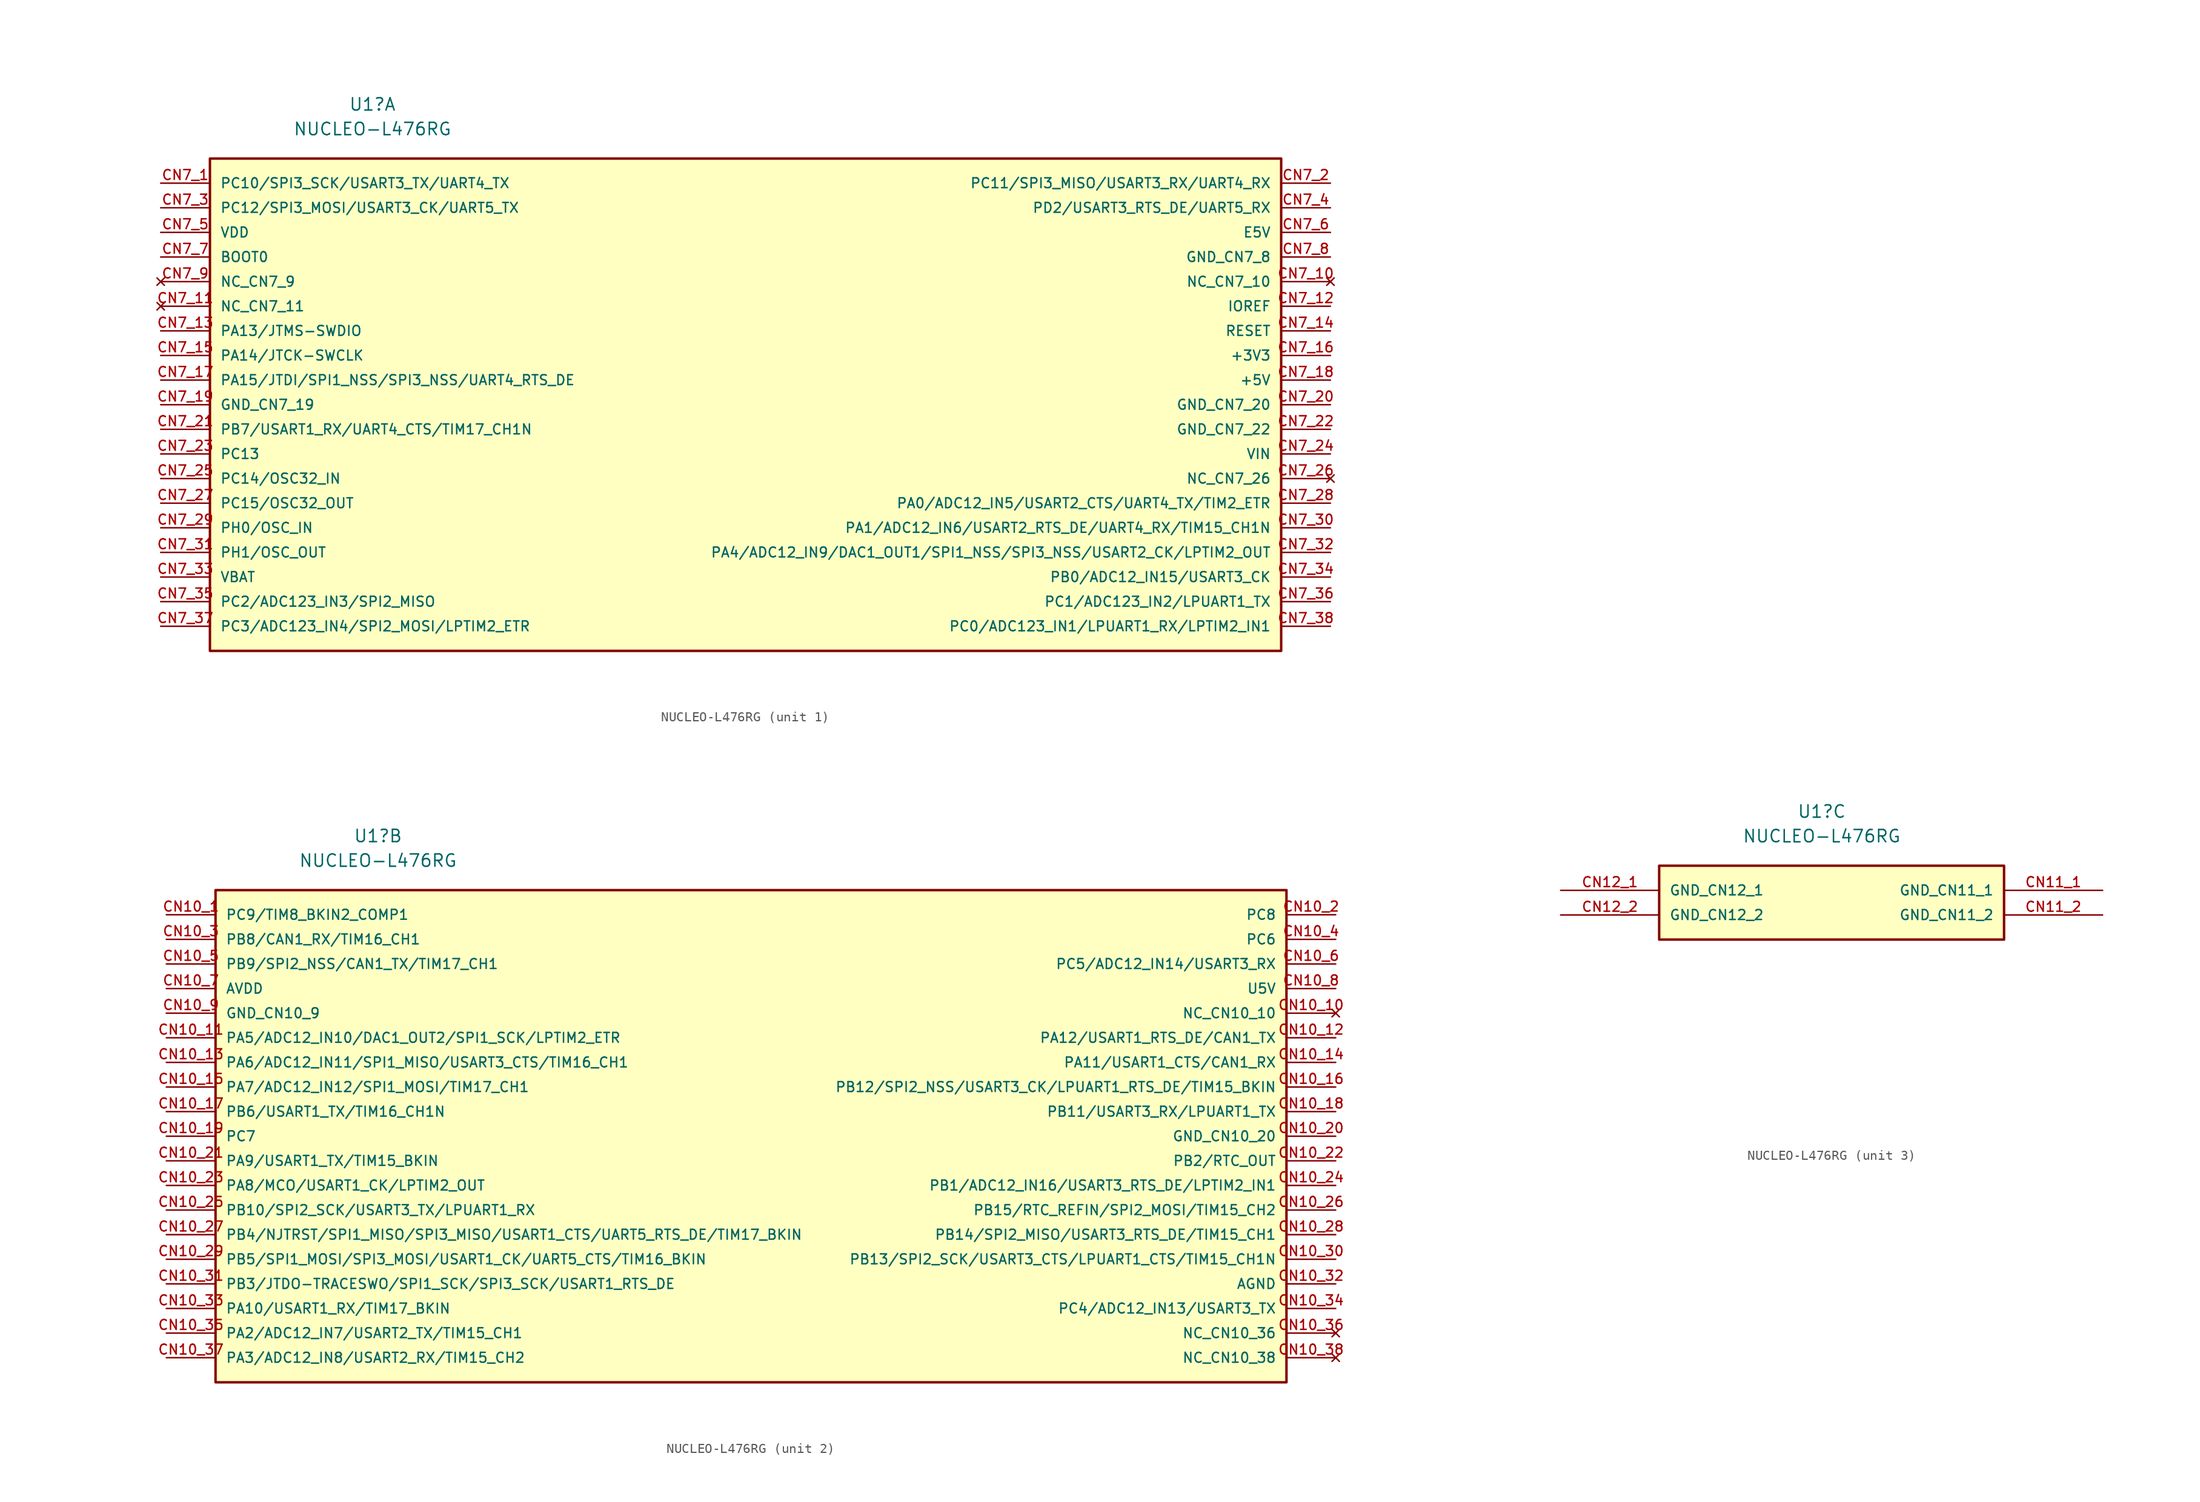
<source format=kicad_sym>
(kicad_symbol_lib
  (version 20241209)
  (generator "kicad_symbol_editor")
  (generator_version "9.0")
  (symbol "NUCLEO-L476RG"
    (pin_names
      (offset 1.016))
    (property "Reference" "U1"
      (at -1.016 30.988 0)
      (effects (font (size 1.27 1.27))))
    (property "Value" "NUCLEO-L476RG"
      (at -1.016 28.448 0)
      (effects (font (size 1.27 1.27))))
    (property "Availability" ""
      (at 0 0 0)
      (effects (font (size 1.27 1.27))))
    (property "Check_prices" ""
      (at 0 0 0)
      (effects (font (size 1.27 1.27))))
    (property "Description_1" ""
      (at 0 0 0)
      (effects (font (size 1.27 1.27))))
    (property "MF" ""
      (at 0 0 0)
      (effects (font (size 1.27 1.27))))
    (property "MP" ""
      (at 0 0 0)
      (effects (font (size 1.27 1.27))))
    (property "PARTREV" ""
      (at 0 0 0)
      (effects (font (size 1.27 1.27))))
    (property "Package" ""
      (at 0 0 0)
      (effects (font (size 1.27 1.27))))
    (property "Price" ""
      (at 0 0 0)
      (effects (font (size 1.27 1.27))))
    (property "SNAPEDA_PACKAGE_ID" ""
      (at 0 0 0)
      (effects (font (size 1.27 1.27))))
    (property "STANDARD" ""
      (at 0 0 0)
      (effects (font (size 1.27 1.27))))
    (property "SnapEDA_Link" ""
      (at 0 0 0)
      (effects (font (size 1.27 1.27))))
    (symbol "NUCLEO-L476RG_1_0"
      (rectangle (start -17.78 25.4) (end 92.71 -25.4) (stroke (width 0.254) (type default)) (fill (type background)))
      (pin bidirectional line (at -22.86 22.86 0) (length 5.08) (name "PC10/SPI3_SCK/USART3_TX/UART4_TX" (effects (font (size 1.016 1.016)))) (number "CN7_1" (effects (font (size 1.016 1.016)))))
      (pin bidirectional line (at -22.86 20.32 0) (length 5.08) (name "PC12/SPI3_MOSI/USART3_CK/UART5_TX" (effects (font (size 1.016 1.016)))) (number "CN7_3" (effects (font (size 1.016 1.016)))))
      (pin power_in line (at -22.86 17.78 0) (length 5.08) (name "VDD" (effects (font (size 1.016 1.016)))) (number "CN7_5" (effects (font (size 1.016 1.016)))))
      (pin input line (at -22.86 15.24 0) (length 5.08) (name "BOOT0" (effects (font (size 1.016 1.016)))) (number "CN7_7" (effects (font (size 1.016 1.016)))))
      (pin no_connect line (at -22.86 12.7 0) (length 5.08) (name "NC_CN7_9" (effects (font (size 1.016 1.016)))) (number "CN7_9" (effects (font (size 1.016 1.016)))))
      (pin no_connect line (at -22.86 10.16 0) (length 5.08) (name "NC_CN7_11" (effects (font (size 1.016 1.016)))) (number "CN7_11" (effects (font (size 1.016 1.016)))))
      (pin bidirectional line (at -22.86 7.62 0) (length 5.08) (name "PA13/JTMS-SWDIO" (effects (font (size 1.016 1.016)))) (number "CN7_13" (effects (font (size 1.016 1.016)))))
      (pin bidirectional line (at -22.86 5.08 0) (length 5.08) (name "PA14/JTCK-SWCLK" (effects (font (size 1.016 1.016)))) (number "CN7_15" (effects (font (size 1.016 1.016)))))
      (pin bidirectional line (at -22.86 2.54 0) (length 5.08) (name "PA15/JTDI/SPI1_NSS/SPI3_NSS/UART4_RTS_DE" (effects (font (size 1.016 1.016)))) (number "CN7_17" (effects (font (size 1.016 1.016)))))
      (pin power_in line (at -22.86 0 0) (length 5.08) (name "GND_CN7_19" (effects (font (size 1.016 1.016)))) (number "CN7_19" (effects (font (size 1.016 1.016)))))
      (pin bidirectional line (at -22.86 -2.54 0) (length 5.08) (name "PB7/USART1_RX/UART4_CTS/TIM17_CH1N" (effects (font (size 1.016 1.016)))) (number "CN7_21" (effects (font (size 1.016 1.016)))))
      (pin bidirectional line (at -22.86 -5.08 0) (length 5.08) (name "PC13" (effects (font (size 1.016 1.016)))) (number "CN7_23" (effects (font (size 1.016 1.016)))))
      (pin bidirectional line (at -22.86 -7.62 0) (length 5.08) (name "PC14/OSC32_IN" (effects (font (size 1.016 1.016)))) (number "CN7_25" (effects (font (size 1.016 1.016)))))
      (pin bidirectional line (at -22.86 -10.16 0) (length 5.08) (name "PC15/OSC32_OUT" (effects (font (size 1.016 1.016)))) (number "CN7_27" (effects (font (size 1.016 1.016)))))
      (pin bidirectional line (at -22.86 -12.7 0) (length 5.08) (name "PH0/OSC_IN" (effects (font (size 1.016 1.016)))) (number "CN7_29" (effects (font (size 1.016 1.016)))))
      (pin bidirectional line (at -22.86 -15.24 0) (length 5.08) (name "PH1/OSC_OUT" (effects (font (size 1.016 1.016)))) (number "CN7_31" (effects (font (size 1.016 1.016)))))
      (pin power_in line (at -22.86 -17.78 0) (length 5.08) (name "VBAT" (effects (font (size 1.016 1.016)))) (number "CN7_33" (effects (font (size 1.016 1.016)))))
      (pin bidirectional line (at -22.86 -20.32 0) (length 5.08) (name "PC2/ADC123_IN3/SPI2_MISO" (effects (font (size 1.016 1.016)))) (number "CN7_35" (effects (font (size 1.016 1.016)))))
      (pin bidirectional line (at -22.86 -22.86 0) (length 5.08) (name "PC3/ADC123_IN4/SPI2_MOSI/LPTIM2_ETR" (effects (font (size 1.016 1.016)))) (number "CN7_37" (effects (font (size 1.016 1.016)))))
      (pin bidirectional line (at 97.79 22.86 180) (length 5.08) (name "PC11/SPI3_MISO/USART3_RX/UART4_RX" (effects (font (size 1.016 1.016)))) (number "CN7_2" (effects (font (size 1.016 1.016)))))
      (pin bidirectional line (at 97.79 20.32 180) (length 5.08) (name "PD2/USART3_RTS_DE/UART5_RX" (effects (font (size 1.016 1.016)))) (number "CN7_4" (effects (font (size 1.016 1.016)))))
      (pin power_in line (at 97.79 17.78 180) (length 5.08) (name "E5V" (effects (font (size 1.016 1.016)))) (number "CN7_6" (effects (font (size 1.016 1.016)))))
      (pin power_in line (at 97.79 15.24 180) (length 5.08) (name "GND_CN7_8" (effects (font (size 1.016 1.016)))) (number "CN7_8" (effects (font (size 1.016 1.016)))))
      (pin no_connect line (at 97.79 12.7 180) (length 5.08) (name "NC_CN7_10" (effects (font (size 1.016 1.016)))) (number "CN7_10" (effects (font (size 1.016 1.016)))))
      (pin input line (at 97.79 10.16 180) (length 5.08) (name "IOREF" (effects (font (size 1.016 1.016)))) (number "CN7_12" (effects (font (size 1.016 1.016)))))
      (pin input line (at 97.79 7.62 180) (length 5.08) (name "RESET" (effects (font (size 1.016 1.016)))) (number "CN7_14" (effects (font (size 1.016 1.016)))))
      (pin power_in line (at 97.79 5.08 180) (length 5.08) (name "+3V3" (effects (font (size 1.016 1.016)))) (number "CN7_16" (effects (font (size 1.016 1.016)))))
      (pin power_in line (at 97.79 2.54 180) (length 5.08) (name "+5V" (effects (font (size 1.016 1.016)))) (number "CN7_18" (effects (font (size 1.016 1.016)))))
      (pin power_in line (at 97.79 0 180) (length 5.08) (name "GND_CN7_20" (effects (font (size 1.016 1.016)))) (number "CN7_20" (effects (font (size 1.016 1.016)))))
      (pin power_in line (at 97.79 -2.54 180) (length 5.08) (name "GND_CN7_22" (effects (font (size 1.016 1.016)))) (number "CN7_22" (effects (font (size 1.016 1.016)))))
      (pin power_in line (at 97.79 -5.08 180) (length 5.08) (name "VIN" (effects (font (size 1.016 1.016)))) (number "CN7_24" (effects (font (size 1.016 1.016)))))
      (pin no_connect line (at 97.79 -7.62 180) (length 5.08) (name "NC_CN7_26" (effects (font (size 1.016 1.016)))) (number "CN7_26" (effects (font (size 1.016 1.016)))))
      (pin bidirectional line (at 97.79 -10.16 180) (length 5.08) (name "PA0/ADC12_IN5/USART2_CTS/UART4_TX/TIM2_ETR" (effects (font (size 1.016 1.016)))) (number "CN7_28" (effects (font (size 1.016 1.016)))))
      (pin bidirectional line (at 97.79 -12.7 180) (length 5.08) (name "PA1/ADC12_IN6/USART2_RTS_DE/UART4_RX/TIM15_CH1N" (effects (font (size 1.016 1.016)))) (number "CN7_30" (effects (font (size 1.016 1.016)))))
      (pin bidirectional line (at 97.79 -15.24 180) (length 5.08) (name "PA4/ADC12_IN9/DAC1_OUT1/SPI1_NSS/SPI3_NSS/USART2_CK/LPTIM2_OUT" (effects (font (size 1.016 1.016)))) (number "CN7_32" (effects (font (size 1.016 1.016)))))
      (pin bidirectional line (at 97.79 -17.78 180) (length 5.08) (name "PB0/ADC12_IN15/USART3_CK" (effects (font (size 1.016 1.016)))) (number "CN7_34" (effects (font (size 1.016 1.016)))))
      (pin bidirectional line (at 97.79 -20.32 180) (length 5.08) (name "PC1/ADC123_IN2/LPUART1_TX" (effects (font (size 1.016 1.016)))) (number "CN7_36" (effects (font (size 1.016 1.016)))))
      (pin bidirectional line (at 97.79 -22.86 180) (length 5.08) (name "PC0/ADC123_IN1/LPUART1_RX/LPTIM2_IN1" (effects (font (size 1.016 1.016)))) (number "CN7_38" (effects (font (size 1.016 1.016))))))
    (symbol "NUCLEO-L476RG_2_0"
      (rectangle (start -17.78 25.4) (end 92.71 -25.4) (stroke (width 0.254) (type default)) (fill (type background)))
      (pin bidirectional line (at -22.86 22.86 0) (length 5.08) (name "PC9/TIM8_BKIN2_COMP1" (effects (font (size 1.016 1.016)))) (number "CN10_1" (effects (font (size 1.016 1.016)))))
      (pin bidirectional line (at -22.86 20.32 0) (length 5.08) (name "PB8/CAN1_RX/TIM16_CH1" (effects (font (size 1.016 1.016)))) (number "CN10_3" (effects (font (size 1.016 1.016)))))
      (pin bidirectional line (at -22.86 17.78 0) (length 5.08) (name "PB9/SPI2_NSS/CAN1_TX/TIM17_CH1" (effects (font (size 1.016 1.016)))) (number "CN10_5" (effects (font (size 1.016 1.016)))))
      (pin power_in line (at -22.86 15.24 0) (length 5.08) (name "AVDD" (effects (font (size 1.016 1.016)))) (number "CN10_7" (effects (font (size 1.016 1.016)))))
      (pin power_in line (at -22.86 12.7 0) (length 5.08) (name "GND_CN10_9" (effects (font (size 1.016 1.016)))) (number "CN10_9" (effects (font (size 1.016 1.016)))))
      (pin bidirectional line (at -22.86 10.16 0) (length 5.08) (name "PA5/ADC12_IN10/DAC1_OUT2/SPI1_SCK/LPTIM2_ETR" (effects (font (size 1.016 1.016)))) (number "CN10_11" (effects (font (size 1.016 1.016)))))
      (pin bidirectional line (at -22.86 7.62 0) (length 5.08) (name "PA6/ADC12_IN11/SPI1_MISO/USART3_CTS/TIM16_CH1" (effects (font (size 1.016 1.016)))) (number "CN10_13" (effects (font (size 1.016 1.016)))))
      (pin bidirectional line (at -22.86 5.08 0) (length 5.08) (name "PA7/ADC12_IN12/SPI1_MOSI/TIM17_CH1" (effects (font (size 1.016 1.016)))) (number "CN10_15" (effects (font (size 1.016 1.016)))))
      (pin bidirectional line (at -22.86 2.54 0) (length 5.08) (name "PB6/USART1_TX/TIM16_CH1N" (effects (font (size 1.016 1.016)))) (number "CN10_17" (effects (font (size 1.016 1.016)))))
      (pin bidirectional line (at -22.86 0 0) (length 5.08) (name "PC7" (effects (font (size 1.016 1.016)))) (number "CN10_19" (effects (font (size 1.016 1.016)))))
      (pin bidirectional line (at -22.86 -2.54 0) (length 5.08) (name "PA9/USART1_TX/TIM15_BKIN" (effects (font (size 1.016 1.016)))) (number "CN10_21" (effects (font (size 1.016 1.016)))))
      (pin bidirectional line (at -22.86 -5.08 0) (length 5.08) (name "PA8/MCO/USART1_CK/LPTIM2_OUT" (effects (font (size 1.016 1.016)))) (number "CN10_23" (effects (font (size 1.016 1.016)))))
      (pin bidirectional line (at -22.86 -7.62 0) (length 5.08) (name "PB10/SPI2_SCK/USART3_TX/LPUART1_RX" (effects (font (size 1.016 1.016)))) (number "CN10_25" (effects (font (size 1.016 1.016)))))
      (pin bidirectional line (at -22.86 -10.16 0) (length 5.08) (name "PB4/NJTRST/SPI1_MISO/SPI3_MISO/USART1_CTS/UART5_RTS_DE/TIM17_BKIN" (effects (font (size 1.016 1.016)))) (number "CN10_27" (effects (font (size 1.016 1.016)))))
      (pin bidirectional line (at -22.86 -12.7 0) (length 5.08) (name "PB5/SPI1_MOSI/SPI3_MOSI/USART1_CK/UART5_CTS/TIM16_BKIN" (effects (font (size 1.016 1.016)))) (number "CN10_29" (effects (font (size 1.016 1.016)))))
      (pin bidirectional line (at -22.86 -15.24 0) (length 5.08) (name "PB3/JTDO-TRACESWO/SPI1_SCK/SPI3_SCK/USART1_RTS_DE" (effects (font (size 1.016 1.016)))) (number "CN10_31" (effects (font (size 1.016 1.016)))))
      (pin bidirectional line (at -22.86 -17.78 0) (length 5.08) (name "PA10/USART1_RX/TIM17_BKIN" (effects (font (size 1.016 1.016)))) (number "CN10_33" (effects (font (size 1.016 1.016)))))
      (pin bidirectional line (at -22.86 -20.32 0) (length 5.08) (name "PA2/ADC12_IN7/USART2_TX/TIM15_CH1" (effects (font (size 1.016 1.016)))) (number "CN10_35" (effects (font (size 1.016 1.016)))))
      (pin bidirectional line (at -22.86 -22.86 0) (length 5.08) (name "PA3/ADC12_IN8/USART2_RX/TIM15_CH2" (effects (font (size 1.016 1.016)))) (number "CN10_37" (effects (font (size 1.016 1.016)))))
      (pin bidirectional line (at 97.79 22.86 180) (length 5.08) (name "PC8" (effects (font (size 1.016 1.016)))) (number "CN10_2" (effects (font (size 1.016 1.016)))))
      (pin bidirectional line (at 97.79 20.32 180) (length 5.08) (name "PC6" (effects (font (size 1.016 1.016)))) (number "CN10_4" (effects (font (size 1.016 1.016)))))
      (pin bidirectional line (at 97.79 17.78 180) (length 5.08) (name "PC5/ADC12_IN14/USART3_RX" (effects (font (size 1.016 1.016)))) (number "CN10_6" (effects (font (size 1.016 1.016)))))
      (pin power_in line (at 97.79 15.24 180) (length 5.08) (name "U5V" (effects (font (size 1.016 1.016)))) (number "CN10_8" (effects (font (size 1.016 1.016)))))
      (pin no_connect line (at 97.79 12.7 180) (length 5.08) (name "NC_CN10_10" (effects (font (size 1.016 1.016)))) (number "CN10_10" (effects (font (size 1.016 1.016)))))
      (pin bidirectional line (at 97.79 10.16 180) (length 5.08) (name "PA12/USART1_RTS_DE/CAN1_TX" (effects (font (size 1.016 1.016)))) (number "CN10_12" (effects (font (size 1.016 1.016)))))
      (pin bidirectional line (at 97.79 7.62 180) (length 5.08) (name "PA11/USART1_CTS/CAN1_RX" (effects (font (size 1.016 1.016)))) (number "CN10_14" (effects (font (size 1.016 1.016)))))
      (pin bidirectional line (at 97.79 5.08 180) (length 5.08) (name "PB12/SPI2_NSS/USART3_CK/LPUART1_RTS_DE/TIM15_BKIN" (effects (font (size 1.016 1.016)))) (number "CN10_16" (effects (font (size 1.016 1.016)))))
      (pin bidirectional line (at 97.79 2.54 180) (length 5.08) (name "PB11/USART3_RX/LPUART1_TX" (effects (font (size 1.016 1.016)))) (number "CN10_18" (effects (font (size 1.016 1.016)))))
      (pin power_in line (at 97.79 0 180) (length 5.08) (name "GND_CN10_20" (effects (font (size 1.016 1.016)))) (number "CN10_20" (effects (font (size 1.016 1.016)))))
      (pin bidirectional line (at 97.79 -2.54 180) (length 5.08) (name "PB2/RTC_OUT" (effects (font (size 1.016 1.016)))) (number "CN10_22" (effects (font (size 1.016 1.016)))))
      (pin bidirectional line (at 97.79 -5.08 180) (length 5.08) (name "PB1/ADC12_IN16/USART3_RTS_DE/LPTIM2_IN1" (effects (font (size 1.016 1.016)))) (number "CN10_24" (effects (font (size 1.016 1.016)))))
      (pin bidirectional line (at 97.79 -7.62 180) (length 5.08) (name "PB15/RTC_REFIN/SPI2_MOSI/TIM15_CH2" (effects (font (size 1.016 1.016)))) (number "CN10_26" (effects (font (size 1.016 1.016)))))
      (pin bidirectional line (at 97.79 -10.16 180) (length 5.08) (name "PB14/SPI2_MISO/USART3_RTS_DE/TIM15_CH1" (effects (font (size 1.016 1.016)))) (number "CN10_28" (effects (font (size 1.016 1.016)))))
      (pin bidirectional line (at 97.79 -12.7 180) (length 5.08) (name "PB13/SPI2_SCK/USART3_CTS/LPUART1_CTS/TIM15_CH1N" (effects (font (size 1.016 1.016)))) (number "CN10_30" (effects (font (size 1.016 1.016)))))
      (pin power_in line (at 97.79 -15.24 180) (length 5.08) (name "AGND" (effects (font (size 1.016 1.016)))) (number "CN10_32" (effects (font (size 1.016 1.016)))))
      (pin bidirectional line (at 97.79 -17.78 180) (length 5.08) (name "PC4/ADC12_IN13/USART3_TX" (effects (font (size 1.016 1.016)))) (number "CN10_34" (effects (font (size 1.016 1.016)))))
      (pin no_connect line (at 97.79 -20.32 180) (length 5.08) (name "NC_CN10_36" (effects (font (size 1.016 1.016)))) (number "CN10_36" (effects (font (size 1.016 1.016)))))
      (pin no_connect line (at 97.79 -22.86 180) (length 5.08) (name "NC_CN10_38" (effects (font (size 1.016 1.016)))) (number "CN10_38" (effects (font (size 1.016 1.016))))))
    (symbol "NUCLEO-L476RG_3_0"
      (rectangle (start -17.78 25.4) (end 17.78 17.78) (stroke (width 0.254) (type default)) (fill (type background)))
      (pin power_in line (at -27.94 22.86 0) (length 10.16) (name "GND_CN12_1" (effects (font (size 1.016 1.016)))) (number "CN12_1" (effects (font (size 1.016 1.016)))))
      (pin power_in line (at -27.94 20.32 0) (length 10.16) (name "GND_CN12_2" (effects (font (size 1.016 1.016)))) (number "CN12_2" (effects (font (size 1.016 1.016)))))
      (pin power_in line (at 27.94 22.86 180) (length 10.16) (name "GND_CN11_1" (effects (font (size 1.016 1.016)))) (number "CN11_1" (effects (font (size 1.016 1.016)))))
      (pin power_in line (at 27.94 20.32 180) (length 10.16) (name "GND_CN11_2" (effects (font (size 1.016 1.016)))) (number "CN11_2" (effects (font (size 1.016 1.016))))))))
</source>
